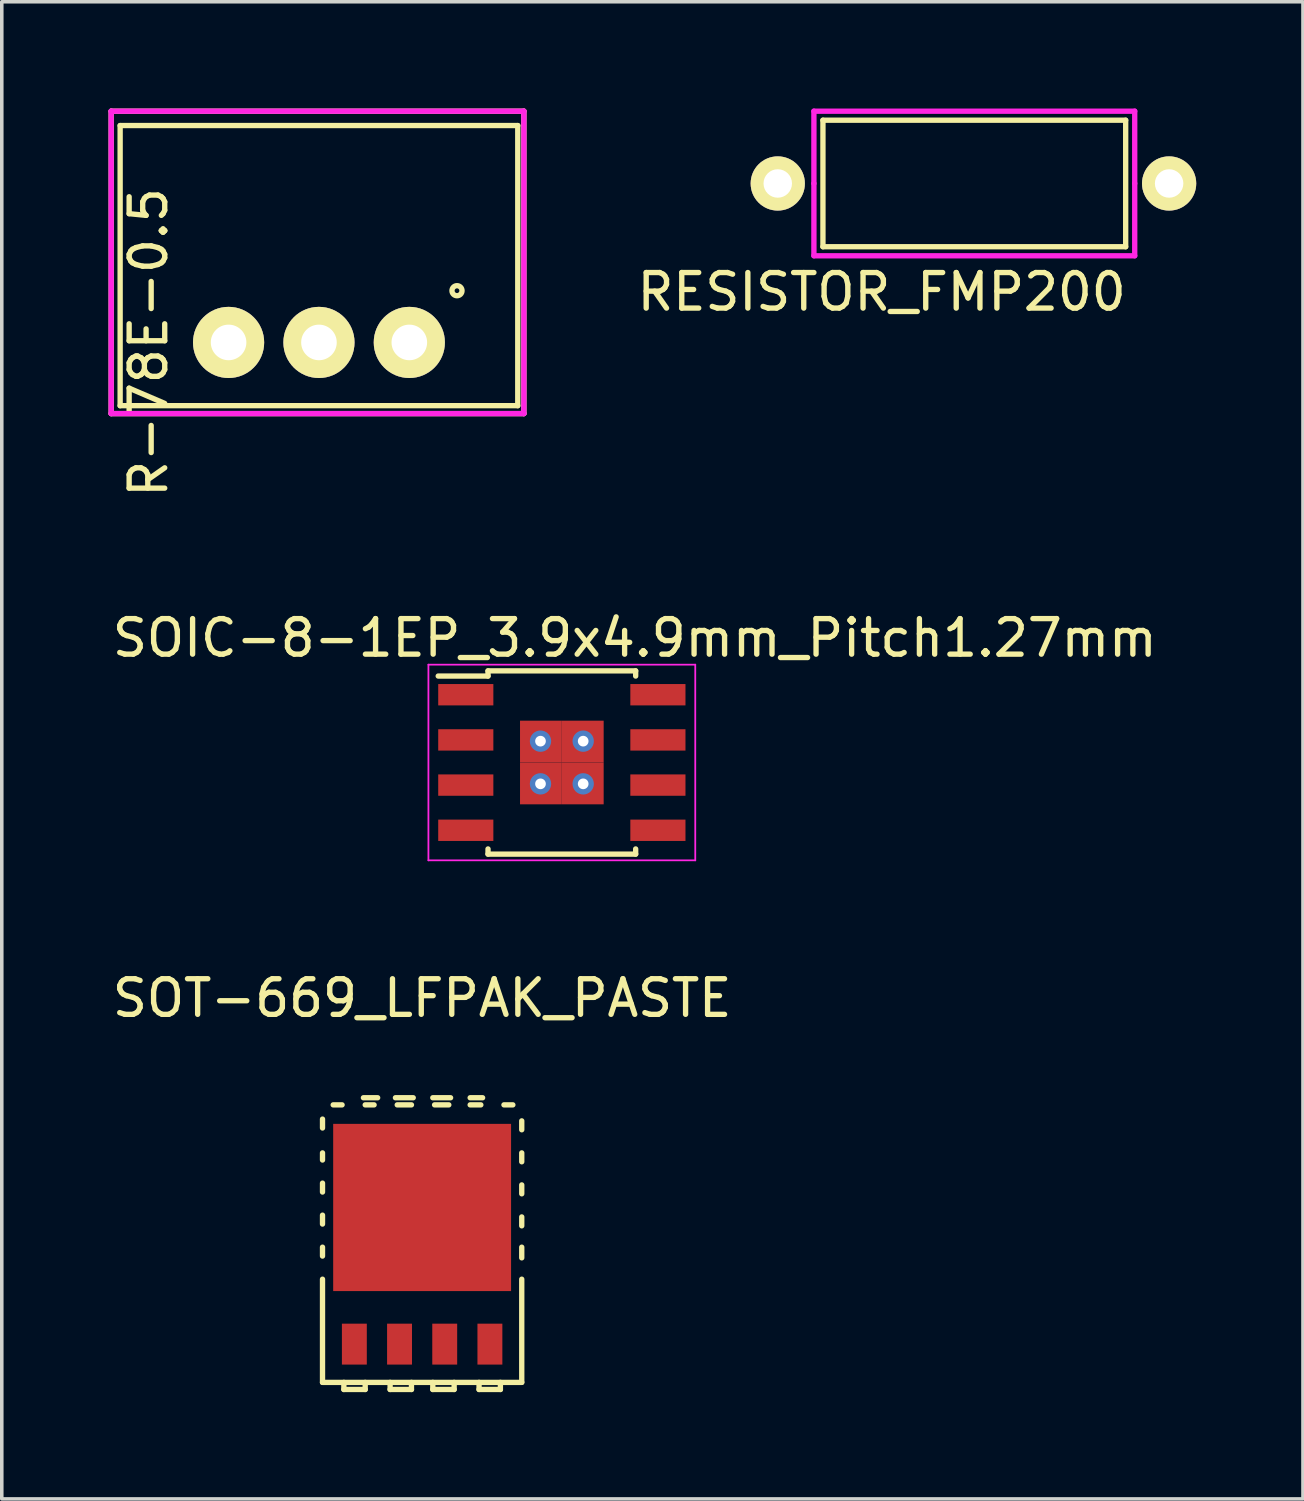
<source format=kicad_pcb>
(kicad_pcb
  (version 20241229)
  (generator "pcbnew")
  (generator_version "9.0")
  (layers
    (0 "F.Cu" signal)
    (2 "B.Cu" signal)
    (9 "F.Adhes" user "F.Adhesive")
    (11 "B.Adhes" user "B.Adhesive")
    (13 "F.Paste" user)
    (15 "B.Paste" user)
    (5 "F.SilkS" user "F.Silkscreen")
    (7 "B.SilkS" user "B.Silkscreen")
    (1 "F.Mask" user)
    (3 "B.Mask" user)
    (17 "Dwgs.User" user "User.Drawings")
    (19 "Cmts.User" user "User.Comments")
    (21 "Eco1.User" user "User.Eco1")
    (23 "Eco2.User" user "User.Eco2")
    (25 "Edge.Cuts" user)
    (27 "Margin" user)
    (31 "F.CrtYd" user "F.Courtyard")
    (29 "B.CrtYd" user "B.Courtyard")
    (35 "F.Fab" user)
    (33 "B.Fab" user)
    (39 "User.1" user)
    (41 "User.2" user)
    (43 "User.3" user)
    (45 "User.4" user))
  (footprint "R-78E-0.5"
    (layer "F.Cu")
    (at 3.375 6.575)
    (property "Reference" "R-78E-0.5" (at -2.25 0 270) (layer "F.SilkS") (effects (font (size 1 1) (thickness 0.15))))
    (attr through_hole)
    (fp_line (start -3.3 -6.5) (end -3.3 2) (stroke (width 0.15) (type solid)) (layer "F.SilkS"))
    (fp_line (start -3.3 2) (end 8.3 2) (stroke (width 0.15) (type solid)) (layer "F.SilkS"))
    (fp_line (start -3.048 -6.096) (end 8.128 -6.096) (stroke (width 0.15) (type solid)) (layer "F.SilkS"))
    (fp_line (start -3.048 1.778) (end -3.048 -6.096) (stroke (width 0.15) (type solid)) (layer "F.SilkS"))
    (fp_line (start 8.128 -6.096) (end 8.128 1.778) (stroke (width 0.15) (type solid)) (layer "F.SilkS"))
    (fp_line (start 8.128 1.778) (end -3.048 1.778) (stroke (width 0.15) (type solid)) (layer "F.SilkS"))
    (fp_line (start 8.3 -6.5) (end -3.3 -6.5) (stroke (width 0.15) (type solid)) (layer "F.SilkS"))
    (fp_line (start 8.3 2) (end 8.3 -6.5) (stroke (width 0.15) (type solid)) (layer "F.SilkS"))
    (fp_circle (center 6.42 -1.454) (end 6.52 -1.354) (stroke (width 0.15) (type solid)) (fill no) (layer "F.SilkS"))
    (fp_line (start -3.3 -6.5) (end 8.3 -6.5) (stroke (width 0.15) (type solid)) (layer "F.CrtYd"))
    (fp_line (start -3.3 2) (end -3.3 -6.5) (stroke (width 0.15) (type solid)) (layer "F.CrtYd"))
    (fp_line (start 8.3 -6.5) (end 8.3 2) (stroke (width 0.15) (type solid)) (layer "F.CrtYd"))
    (fp_line (start 8.3 2) (end -3.3 2) (stroke (width 0.15) (type solid)) (layer "F.CrtYd"))
    (pad "1" thru_hole circle (at 5.08 0) (size 2 2) (drill 1) (layers "*.Cu" "*.Mask" "F.SilkS"))
    (pad "2" thru_hole circle (at 2.54 0) (size 2 2) (drill 1) (layers "*.Cu" "*.Mask" "F.SilkS"))
    (pad "3" thru_hole circle (at 0 0) (size 2 2) (drill 1) (layers "*.Cu" "*.Mask" "F.SilkS")))
  (footprint "RESISTOR_FMP200"
    (layer "F.Cu")
    (at 18.811 2.107)
    (property "Reference" "RESISTOR_FMP200" (at 2.921 3.048 0) (layer "F.SilkS") (effects (font (size 1 1) (thickness 0.15))))
    (attr through_hole)
    (fp_line (start 1.27 -1.778) (end 9.779 -1.778) (stroke (width 0.15) (type solid)) (layer "F.SilkS"))
    (fp_line (start 1.27 1.778) (end 1.27 -1.778) (stroke (width 0.15) (type solid)) (layer "F.SilkS"))
    (fp_line (start 9.779 -1.778) (end 9.779 1.778) (stroke (width 0.15) (type solid)) (layer "F.SilkS"))
    (fp_line (start 9.779 1.778) (end 1.27 1.778) (stroke (width 0.15) (type solid)) (layer "F.SilkS"))
    (fp_line (start 1.016 -2.032) (end 10.033 -2.032) (stroke (width 0.15) (type solid)) (layer "F.CrtYd"))
    (fp_line (start 1.016 0) (end 1.016 -2.032) (stroke (width 0.15) (type solid)) (layer "F.CrtYd"))
    (fp_line (start 1.016 0) (end 1.016 2.032) (stroke (width 0.15) (type solid)) (layer "F.CrtYd"))
    (fp_line (start 1.016 2.032) (end 10.033 2.032) (stroke (width 0.15) (type solid)) (layer "F.CrtYd"))
    (fp_line (start 10.033 -2.032) (end 10.033 0) (stroke (width 0.15) (type solid)) (layer "F.CrtYd"))
    (fp_line (start 10.033 2.032) (end 10.033 0) (stroke (width 0.15) (type solid)) (layer "F.CrtYd"))
    (pad "1" thru_hole circle (at 0 0) (size 1.524 1.524) (drill 0.8) (layers "*.Cu" "*.Mask" "F.SilkS"))
    (pad "2" thru_hole circle (at 11 0) (size 1.524 1.524) (drill 0.8) (layers "*.Cu" "*.Mask" "F.SilkS")))
  (footprint "SOT-669_LFPAK_PASTE"
    (layer "F.Cu")
    (at 8.815 31.905)
    (property "Reference" "SOT-669_LFPAK_PASTE" (at 0 -6.9 0) (layer "F.SilkS") (effects (font (size 1 1) (thickness 0.15))))
    (attr smd)
    (fp_line (start -2.8 -3.5) (end -2.8 -3.25) (stroke (width 0.15) (type solid)) (layer "F.SilkS"))
    (fp_line (start -2.8 -2.55) (end -2.8 -2.35) (stroke (width 0.15) (type solid)) (layer "F.SilkS"))
    (fp_line (start -2.8 -1.7) (end -2.8 -1.45) (stroke (width 0.15) (type solid)) (layer "F.SilkS"))
    (fp_line (start -2.8 -0.8) (end -2.8 -0.55) (stroke (width 0.15) (type solid)) (layer "F.SilkS"))
    (fp_line (start -2.8 0.1) (end -2.8 0.35) (stroke (width 0.15) (type solid)) (layer "F.SilkS"))
    (fp_line (start -2.8 1) (end -2.8 3.9) (stroke (width 0.15) (type solid)) (layer "F.SilkS"))
    (fp_line (start -2.25 -3.9) (end -2.5 -3.9) (stroke (width 0.15) (type solid)) (layer "F.SilkS"))
    (fp_line (start -2.2 3.9) (end -2.2 4.1) (stroke (width 0.15) (type solid)) (layer "F.SilkS"))
    (fp_line (start -2.2 4.1) (end -1.6 4.1) (stroke (width 0.15) (type solid)) (layer "F.SilkS"))
    (fp_line (start -1.6 4.1) (end -1.6 3.9) (stroke (width 0.15) (type solid)) (layer "F.SilkS"))
    (fp_line (start -1.35 -3.9) (end -1.6 -3.9) (stroke (width 0.15) (type solid)) (layer "F.SilkS"))
    (fp_line (start -1.25 -4.1) (end -1.65 -4.1) (stroke (width 0.15) (type solid)) (layer "F.SilkS"))
    (fp_line (start -0.9 3.9) (end -0.9 4.1) (stroke (width 0.15) (type solid)) (layer "F.SilkS"))
    (fp_line (start -0.9 4.1) (end -0.3 4.1) (stroke (width 0.15) (type solid)) (layer "F.SilkS"))
    (fp_line (start -0.3 -3.9) (end -0.7 -3.9) (stroke (width 0.15) (type solid)) (layer "F.SilkS"))
    (fp_line (start -0.3 4.1) (end -0.3 3.9) (stroke (width 0.15) (type solid)) (layer "F.SilkS"))
    (fp_line (start -0.25 -4.1) (end -0.75 -4.1) (stroke (width 0.15) (type solid)) (layer "F.SilkS"))
    (fp_line (start 0.3 3.9) (end 0.3 4.1) (stroke (width 0.15) (type solid)) (layer "F.SilkS"))
    (fp_line (start 0.3 4.1) (end 0.9 4.1) (stroke (width 0.15) (type solid)) (layer "F.SilkS"))
    (fp_line (start 0.75 -3.9) (end 0.35 -3.9) (stroke (width 0.15) (type solid)) (layer "F.SilkS"))
    (fp_line (start 0.8 -4.1) (end 0.3 -4.1) (stroke (width 0.15) (type solid)) (layer "F.SilkS"))
    (fp_line (start 0.9 4.1) (end 0.9 3.9) (stroke (width 0.15) (type solid)) (layer "F.SilkS"))
    (fp_line (start 1.6 3.9) (end 1.6 4.1) (stroke (width 0.15) (type solid)) (layer "F.SilkS"))
    (fp_line (start 1.6 4.1) (end 2.2 4.1) (stroke (width 0.15) (type solid)) (layer "F.SilkS"))
    (fp_line (start 1.65 -3.9) (end 1.35 -3.9) (stroke (width 0.15) (type solid)) (layer "F.SilkS"))
    (fp_line (start 1.7 -4.1) (end 1.35 -4.1) (stroke (width 0.15) (type solid)) (layer "F.SilkS"))
    (fp_line (start 2.2 4.1) (end 2.2 3.9) (stroke (width 0.15) (type solid)) (layer "F.SilkS"))
    (fp_line (start 2.55 -3.9) (end 2.3 -3.9) (stroke (width 0.15) (type solid)) (layer "F.SilkS"))
    (fp_line (start 2.8 -3.2) (end 2.8 -3.45) (stroke (width 0.15) (type solid)) (layer "F.SilkS"))
    (fp_line (start 2.8 -2.3) (end 2.8 -2.55) (stroke (width 0.15) (type solid)) (layer "F.SilkS"))
    (fp_line (start 2.8 -1.4) (end 2.8 -1.65) (stroke (width 0.15) (type solid)) (layer "F.SilkS"))
    (fp_line (start 2.8 -0.5) (end 2.8 -0.75) (stroke (width 0.15) (type solid)) (layer "F.SilkS"))
    (fp_line (start 2.8 0.4) (end 2.8 0.1) (stroke (width 0.15) (type solid)) (layer "F.SilkS"))
    (fp_line (start 2.8 3.9) (end -2.8 3.9) (stroke (width 0.15) (type solid)) (layer "F.SilkS"))
    (fp_line (start 2.8 3.9) (end 2.8 1) (stroke (width 0.15) (type solid)) (layer "F.SilkS"))
    (pad "" smd rect (at -1.875 -2.9) (size 0.6 0.9) (layers "F.Paste"))
    (pad "" smd rect (at -1.15 -1.05 90) (size 0.6 0.9) (layers "F.Paste"))
    (pad "" smd rect (at -1.15 -0.2 90) (size 0.6 0.9) (layers "F.Paste"))
    (pad "" smd rect (at -1.15 0.65 90) (size 0.6 0.9) (layers "F.Paste"))
    (pad "" smd rect (at -0.6 -2.9) (size 0.6 0.9) (layers "F.Paste"))
    (pad "" smd rect (at 0 -1.05 90) (size 0.6 0.9) (layers "F.Paste"))
    (pad "" smd rect (at 0 -0.2 90) (size 0.6 0.9) (layers "F.Paste"))
    (pad "" smd rect (at 0 0.65 90) (size 0.6 0.9) (layers "F.Paste"))
    (pad "" smd rect (at 0.6 -2.9) (size 0.6 0.9) (layers "F.Paste"))
    (pad "" smd rect (at 1.15 -1.05 90) (size 0.6 0.9) (layers "F.Paste"))
    (pad "" smd rect (at 1.15 -0.2 90) (size 0.6 0.9) (layers "F.Paste"))
    (pad "" smd rect (at 1.15 0.65 90) (size 0.6 0.9) (layers "F.Paste"))
    (pad "" smd rect (at 1.875 -2.9) (size 0.6 0.9) (layers "F.Paste"))
    (pad "1" smd rect (at 1.905 2.825) (size 0.7 1.15) (layers "F.Cu" "F.Mask" "F.Paste"))
    (pad "2" smd rect (at 0 -1.016) (size 5 4.7) (layers "F.Cu" "F.Mask"))
    (pad "3" smd rect (at -1.905 2.825) (size 0.7 1.15) (layers "F.Cu" "F.Mask" "F.Paste"))
    (pad "3" smd rect (at -0.635 2.825) (size 0.7 1.15) (layers "F.Cu" "F.Mask" "F.Paste"))
    (pad "3" smd rect (at 0.635 2.825) (size 0.7 1.15) (layers "F.Cu" "F.Mask" "F.Paste")))
  (footprint "SOIC-8-1EP_3.9x4.9mm_Pitch1.27mm"
    (layer "F.Cu")
    (at 12.742 18.382)
    (property "Reference" "SOIC-8-1EP_3.9x4.9mm_Pitch1.27mm" (at 2.05 -3.5 0) (layer "F.SilkS") (effects (font (size 1 1) (thickness 0.15))))
    (attr smd)
    (fp_line (start -2.075 -2.575) (end -2.075 -2.43) (stroke (width 0.15) (type solid)) (layer "F.SilkS"))
    (fp_line (start -2.075 -2.575) (end 2.075 -2.575) (stroke (width 0.15) (type solid)) (layer "F.SilkS"))
    (fp_line (start -2.075 -2.43) (end -3.475 -2.43) (stroke (width 0.15) (type solid)) (layer "F.SilkS"))
    (fp_line (start -2.075 2.575) (end -2.075 2.43) (stroke (width 0.15) (type solid)) (layer "F.SilkS"))
    (fp_line (start -2.075 2.575) (end 2.075 2.575) (stroke (width 0.15) (type solid)) (layer "F.SilkS"))
    (fp_line (start 2.075 -2.575) (end 2.075 -2.43) (stroke (width 0.15) (type solid)) (layer "F.SilkS"))
    (fp_line (start 2.075 2.575) (end 2.075 2.43) (stroke (width 0.15) (type solid)) (layer "F.SilkS"))
    (fp_line (start -3.75 -2.75) (end -3.75 2.75) (stroke (width 0.05) (type solid)) (layer "F.CrtYd"))
    (fp_line (start -3.75 -2.75) (end 3.75 -2.75) (stroke (width 0.05) (type solid)) (layer "F.CrtYd"))
    (fp_line (start -3.75 2.75) (end 3.75 2.75) (stroke (width 0.05) (type solid)) (layer "F.CrtYd"))
    (fp_line (start 3.75 -2.75) (end 3.75 2.75) (stroke (width 0.05) (type solid)) (layer "F.CrtYd"))
    (pad "1" smd rect (at -2.7 -1.905) (size 1.55 0.6) (layers "F.Cu" "F.Mask" "F.Paste"))
    (pad "2" smd rect (at -2.7 -0.635) (size 1.55 0.6) (layers "F.Cu" "F.Mask" "F.Paste"))
    (pad "3" smd rect (at -2.7 0.635) (size 1.55 0.6) (layers "F.Cu" "F.Mask" "F.Paste"))
    (pad "4" smd rect (at -2.7 1.905) (size 1.55 0.6) (layers "F.Cu" "F.Mask" "F.Paste"))
    (pad "5" smd rect (at 2.7 1.905) (size 1.55 0.6) (layers "F.Cu" "F.Mask" "F.Paste"))
    (pad "6" smd rect (at 2.7 0.635) (size 1.55 0.6) (layers "F.Cu" "F.Mask" "F.Paste"))
    (pad "7" smd rect (at 2.7 -0.635) (size 1.55 0.6) (layers "F.Cu" "F.Mask" "F.Paste"))
    (pad "8" smd rect (at 2.7 -1.905) (size 1.55 0.6) (layers "F.Cu" "F.Mask" "F.Paste"))
    (pad "9" thru_hole circle (at -0.6 -0.6) (size 0.6 0.6) (drill 0.3) (layers "*.Cu"))
    (pad "9" thru_hole circle (at -0.6 0.6) (size 0.6 0.6) (drill 0.3) (layers "*.Cu"))
    (pad "9" smd rect (at -0.588 -0.588) (size 1.175 1.175) (layers "F.Cu" "F.Mask" "F.Paste"))
    (pad "9" smd rect (at -0.588 0.588) (size 1.175 1.175) (layers "F.Cu" "F.Mask" "F.Paste"))
    (pad "9" smd rect (at 0.588 -0.588) (size 1.175 1.175) (layers "F.Cu" "F.Mask" "F.Paste"))
    (pad "9" smd rect (at 0.588 0.588) (size 1.175 1.175) (layers "F.Cu" "F.Mask" "F.Paste"))
    (pad "9" thru_hole circle (at 0.6 -0.6) (size 0.6 0.6) (drill 0.3) (layers "*.Cu"))
    (pad "9" thru_hole circle (at 0.6 0.6) (size 0.6 0.6) (drill 0.3) (layers "*.Cu")))
  (gr_rect
    (start -3 -3)
    (end 33.573 39.08)
    (stroke (width 0.1) (type default))
    (fill no)
    (layer "Edge.Cuts")))
</source>
